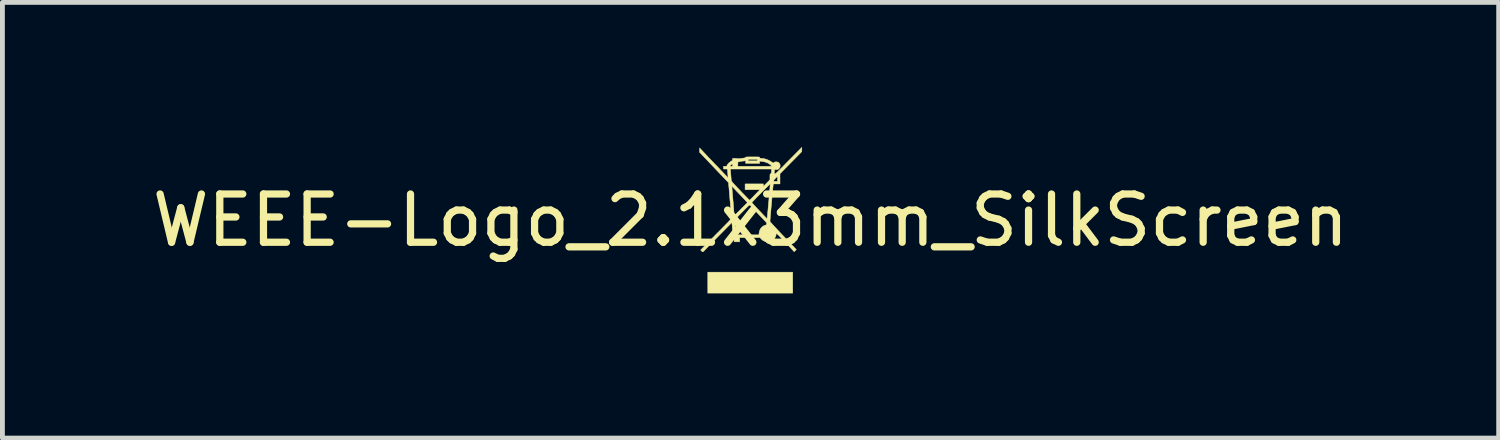
<source format=kicad_pcb>
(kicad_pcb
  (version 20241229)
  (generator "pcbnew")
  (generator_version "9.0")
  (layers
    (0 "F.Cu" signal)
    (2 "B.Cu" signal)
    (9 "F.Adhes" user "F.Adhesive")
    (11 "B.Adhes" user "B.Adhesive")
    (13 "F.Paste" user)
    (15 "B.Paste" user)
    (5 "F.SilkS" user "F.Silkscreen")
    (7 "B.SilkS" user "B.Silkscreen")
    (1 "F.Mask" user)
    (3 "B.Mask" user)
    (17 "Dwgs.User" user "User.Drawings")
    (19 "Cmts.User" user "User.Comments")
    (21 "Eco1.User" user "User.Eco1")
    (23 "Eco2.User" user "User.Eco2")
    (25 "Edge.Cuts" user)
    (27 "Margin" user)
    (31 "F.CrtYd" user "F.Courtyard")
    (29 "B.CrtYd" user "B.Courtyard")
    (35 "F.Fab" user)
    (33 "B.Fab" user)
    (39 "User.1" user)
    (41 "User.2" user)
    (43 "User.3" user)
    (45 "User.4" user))
  (footprint "WEEE-Logo_2.1x3mm_SilkScreen"
    (layer "F.Cu")
    (at 12.506 1.516)
    (property "Reference" "WEEE-Logo_2.1x3mm_SilkScreen" (at 0 0 0) (layer "F.SilkS") (effects (font (size 1 1) (thickness 0.15))))
    (attr exclude_from_pos_files exclude_from_bom)
    (fp_poly (pts (xy 0.874 1.509) (xy -0.886 1.509) (xy -0.886 1.075) (xy 0.874 1.075) (xy 0.874 1.509)) (stroke (width 0.01) (type solid)) (fill yes) (layer "F.SilkS"))
    (fp_poly (pts (xy 1.062 -1.468) (xy 1.062 -1.424) (xy 0.836 -1.195) (xy 0.61 -0.965) (xy 0.61 -0.86) (xy 0.61 -0.754) (xy 0.472 -0.754) (xy 0.469 -0.728) (xy 0.467 -0.716) (xy 0.465 -0.693) (xy 0.462 -0.66) (xy 0.458 -0.62) (xy 0.454 -0.573) (xy 0.449 -0.521) (xy 0.444 -0.464) (xy 0.439 -0.406) (xy 0.434 -0.346) (xy 0.428 -0.286) (xy 0.423 -0.228) (xy 0.419 -0.173) (xy 0.414 -0.122) (xy 0.41 -0.076) (xy 0.407 -0.038) (xy 0.405 -0.008) (xy 0.403 0.012) (xy 0.403 0.021) (xy 0.403 0.021) (xy 0.406 0.028) (xy 0.418 0.043) (xy 0.437 0.066) (xy 0.465 0.096) (xy 0.501 0.135) (xy 0.545 0.182) (xy 0.597 0.238) (xy 0.658 0.303) (xy 0.676 0.321) (xy 0.949 0.607) (xy 0.904 0.651) (xy 0.869 0.612) (xy 0.856 0.598) (xy 0.835 0.576) (xy 0.809 0.548) (xy 0.778 0.515) (xy 0.744 0.479) (xy 0.707 0.441) (xy 0.685 0.418) (xy 0.645 0.376) (xy 0.612 0.341) (xy 0.586 0.315) (xy 0.566 0.296) (xy 0.551 0.284) (xy 0.541 0.277) (xy 0.535 0.276) (xy 0.531 0.28) (xy 0.529 0.288) (xy 0.529 0.299) (xy 0.529 0.302) (xy 0.524 0.324) (xy 0.512 0.349) (xy 0.496 0.376) (xy 0.478 0.398) (xy 0.47 0.405) (xy 0.432 0.43) (xy 0.388 0.443) (xy 0.349 0.446) (xy 0.305 0.44) (xy 0.264 0.422) (xy 0.228 0.393) (xy 0.221 0.386) (xy 0.196 0.358) (xy -0.226 0.358) (xy -0.226 0.446) (xy -0.34 0.446) (xy -0.34 0.405) (xy -0.341 0.377) (xy -0.346 0.358) (xy -0.351 0.347) (xy -0.356 0.34) (xy -0.359 0.329) (xy -0.362 0.312) (xy -0.365 0.29) (xy -0.369 0.259) (xy -0.372 0.218) (xy -0.375 0.187) (xy -0.386 0.045) (xy -0.657 0.319) (xy -0.706 0.369) (xy -0.753 0.417) (xy -0.797 0.462) (xy -0.838 0.503) (xy -0.874 0.54) (xy -0.904 0.571) (xy -0.929 0.596) (xy -0.946 0.614) (xy -0.955 0.624) (xy -0.97 0.639) (xy -0.983 0.65) (xy -0.99 0.654) (xy -0.999 0.65) (xy -1.011 0.639) (xy -1.016 0.635) (xy -1.034 0.616) (xy -0.933 0.514) (xy -0.908 0.488) (xy -0.875 0.454) (xy -0.836 0.415) (xy -0.792 0.371) (xy -0.746 0.324) (xy -0.698 0.275) (xy -0.649 0.227) (xy -0.615 0.192) (xy -0.562 0.138) (xy -0.518 0.093) (xy -0.481 0.056) (xy -0.452 0.025) (xy -0.43 0.001) (xy -0.419 -0.012) (xy -0.329 -0.012) (xy -0.318 0.131) (xy -0.315 0.173) (xy -0.312 0.211) (xy -0.309 0.244) (xy -0.306 0.269) (xy -0.304 0.284) (xy -0.304 0.288) (xy -0.3 0.302) (xy 0.174 0.302) (xy 0.177 0.262) (xy 0.187 0.216) (xy 0.207 0.174) (xy 0.236 0.14) (xy 0.273 0.114) (xy 0.315 0.098) (xy 0.329 0.091) (xy 0.335 0.075) (xy 0.336 0.075) (xy 0.336 0.068) (xy 0.335 0.061) (xy 0.332 0.053) (xy 0.324 0.042) (xy 0.312 0.027) (xy 0.294 0.007) (xy 0.269 -0.019) (xy 0.236 -0.053) (xy 0.234 -0.055) (xy 0.199 -0.092) (xy 0.162 -0.131) (xy 0.125 -0.17) (xy 0.091 -0.206) (xy 0.063 -0.236) (xy 0.057 -0.243) (xy 0.032 -0.268) (xy 0.011 -0.29) (xy -0.007 -0.306) (xy -0.018 -0.316) (xy -0.022 -0.318) (xy -0.028 -0.314) (xy -0.041 -0.301) (xy -0.062 -0.282) (xy -0.087 -0.257) (xy -0.118 -0.227) (xy -0.151 -0.193) (xy -0.179 -0.165) (xy -0.329 -0.012) (xy -0.419 -0.012) (xy -0.413 -0.018) (xy -0.403 -0.031) (xy -0.397 -0.04) (xy -0.396 -0.044) (xy -0.396 -0.053) (xy -0.398 -0.074) (xy -0.4 -0.104) (xy -0.403 -0.144) (xy -0.407 -0.191) (xy -0.411 -0.245) (xy -0.416 -0.305) (xy -0.421 -0.369) (xy -0.426 -0.42) (xy -0.45 -0.708) (xy -0.388 -0.708) (xy -0.388 -0.701) (xy -0.386 -0.684) (xy -0.384 -0.656) (xy -0.381 -0.62) (xy -0.378 -0.576) (xy -0.374 -0.526) (xy -0.369 -0.47) (xy -0.364 -0.418) (xy -0.359 -0.358) (xy -0.355 -0.302) (xy -0.35 -0.25) (xy -0.347 -0.205) (xy -0.344 -0.167) (xy -0.341 -0.137) (xy -0.34 -0.118) (xy -0.34 -0.11) (xy -0.339 -0.105) (xy -0.337 -0.104) (xy -0.332 -0.105) (xy -0.323 -0.111) (xy -0.31 -0.123) (xy -0.292 -0.14) (xy -0.267 -0.164) (xy -0.235 -0.195) (xy -0.202 -0.229) (xy -0.064 -0.367) (xy -0.065 -0.368) (xy 0.026 -0.368) (xy 0.031 -0.362) (xy 0.042 -0.349) (xy 0.06 -0.329) (xy 0.083 -0.304) (xy 0.11 -0.275) (xy 0.14 -0.243) (xy 0.172 -0.209) (xy 0.204 -0.176) (xy 0.235 -0.143) (xy 0.264 -0.112) (xy 0.291 -0.085) (xy 0.313 -0.062) (xy 0.33 -0.045) (xy 0.34 -0.035) (xy 0.343 -0.033) (xy 0.344 -0.04) (xy 0.346 -0.057) (xy 0.349 -0.086) (xy 0.353 -0.123) (xy 0.357 -0.168) (xy 0.362 -0.221) (xy 0.367 -0.279) (xy 0.373 -0.342) (xy 0.378 -0.392) (xy 0.383 -0.458) (xy 0.389 -0.52) (xy 0.394 -0.577) (xy 0.398 -0.628) (xy 0.402 -0.671) (xy 0.404 -0.707) (xy 0.406 -0.733) (xy 0.407 -0.748) (xy 0.407 -0.752) (xy 0.402 -0.749) (xy 0.389 -0.737) (xy 0.37 -0.719) (xy 0.346 -0.695) (xy 0.317 -0.666) (xy 0.284 -0.634) (xy 0.25 -0.6) (xy 0.215 -0.564) (xy 0.179 -0.528) (xy 0.145 -0.494) (xy 0.113 -0.461) (xy 0.085 -0.431) (xy 0.061 -0.406) (xy 0.042 -0.387) (xy 0.03 -0.373) (xy 0.026 -0.368) (xy -0.065 -0.368) (xy -0.115 -0.422) (xy -0.141 -0.45) (xy -0.171 -0.481) (xy -0.202 -0.514) (xy -0.234 -0.548) (xy -0.267 -0.582) (xy -0.297 -0.614) (xy -0.325 -0.643) (xy -0.349 -0.668) (xy -0.369 -0.688) (xy -0.382 -0.702) (xy -0.388 -0.708) (xy -0.388 -0.708) (xy -0.45 -0.708) (xy -0.456 -0.78) (xy -0.756 -1.095) (xy -1.056 -1.411) (xy -1.056 -1.455) (xy -1.056 -1.499) (xy -1.007 -1.448) (xy -0.98 -1.419) (xy -0.948 -1.385) (xy -0.912 -1.347) (xy -0.873 -1.305) (xy -0.831 -1.262) (xy -0.788 -1.217) (xy -0.745 -1.171) (xy -0.701 -1.126) (xy -0.659 -1.082) (xy -0.619 -1.04) (xy -0.582 -1.001) (xy -0.548 -0.966) (xy -0.519 -0.936) (xy -0.496 -0.912) (xy -0.479 -0.895) (xy -0.469 -0.885) (xy -0.467 -0.883) (xy -0.467 -0.89) (xy -0.467 -0.906) (xy -0.469 -0.931) (xy -0.471 -0.961) (xy -0.472 -0.974) (xy -0.48 -1.063) (xy -0.421 -1.063) (xy -0.418 -1.048) (xy -0.417 -1.037) (xy -0.415 -1.016) (xy -0.412 -0.988) (xy -0.41 -0.955) (xy -0.409 -0.943) (xy -0.406 -0.908) (xy -0.403 -0.876) (xy -0.401 -0.849) (xy -0.399 -0.831) (xy -0.398 -0.828) (xy -0.397 -0.821) (xy -0.393 -0.813) (xy -0.387 -0.803) (xy -0.377 -0.79) (xy -0.363 -0.773) (xy -0.344 -0.752) (xy -0.319 -0.725) (xy -0.287 -0.691) (xy -0.249 -0.651) (xy -0.209 -0.609) (xy -0.17 -0.568) (xy -0.133 -0.53) (xy -0.1 -0.496) (xy -0.071 -0.467) (xy -0.048 -0.443) (xy -0.031 -0.427) (xy -0.021 -0.418) (xy -0.019 -0.416) (xy -0.013 -0.421) (xy 0.000015 -0.434) (xy 0.019 -0.453) (xy 0.043 -0.477) (xy 0.071 -0.506) (xy 0.091 -0.527) (xy 0.196 -0.635) (xy -0.113 -0.635) (xy -0.113 -0.754) (xy 0.264 -0.754) (xy 0.264 -0.701) (xy 0.333 -0.77) (xy 0.382 -0.819) (xy 0.478 -0.819) (xy 0.479 -0.811) (xy 0.483 -0.807) (xy 0.495 -0.805) (xy 0.515 -0.805) (xy 0.519 -0.805) (xy 0.56 -0.805) (xy 0.56 -0.914) (xy 0.519 -0.874) (xy 0.496 -0.849) (xy 0.482 -0.83) (xy 0.478 -0.819) (xy 0.382 -0.819) (xy 0.402 -0.839) (xy 0.402 -0.901) (xy 0.403 -0.929) (xy 0.403 -0.947) (xy 0.405 -0.957) (xy 0.409 -0.961) (xy 0.415 -0.962) (xy 0.421 -0.963) (xy 0.425 -0.969) (xy 0.429 -0.98) (xy 0.432 -0.999) (xy 0.435 -1.028) (xy 0.435 -1.039) (xy 0.438 -1.063) (xy -0.421 -1.063) (xy -0.48 -1.063) (xy -0.56 -1.063) (xy -0.56 -1.119) (xy -0.526 -1.119) (xy -0.506 -1.12) (xy -0.495 -1.122) (xy -0.494 -1.124) (xy -0.424 -1.124) (xy -0.421 -1.12) (xy -0.408 -1.119) (xy -0.399 -1.119) (xy -0.371 -1.119) (xy -0.265 -1.119) (xy 0.443 -1.119) (xy 0.419 -1.144) (xy 0.382 -1.174) (xy 0.336 -1.197) (xy 0.28 -1.214) (xy 0.225 -1.223) (xy 0.189 -1.227) (xy 0.189 -1.182) (xy -0.101 -1.182) (xy -0.101 -1.234) (xy -0.143 -1.229) (xy -0.173 -1.226) (xy -0.204 -1.221) (xy -0.223 -1.217) (xy -0.261 -1.21) (xy -0.263 -1.164) (xy -0.265 -1.119) (xy -0.371 -1.119) (xy -0.371 -1.144) (xy -0.372 -1.16) (xy -0.374 -1.169) (xy -0.375 -1.169) (xy -0.384 -1.165) (xy -0.398 -1.156) (xy -0.411 -1.144) (xy -0.421 -1.133) (xy -0.421 -1.131) (xy -0.424 -1.124) (xy -0.494 -1.124) (xy -0.49 -1.128) (xy -0.488 -1.135) (xy -0.479 -1.153) (xy -0.463 -1.174) (xy -0.441 -1.195) (xy -0.417 -1.215) (xy -0.401 -1.225) (xy -0.384 -1.236) (xy -0.374 -1.245) (xy -0.371 -1.256) (xy -0.371 -1.262) (xy -0.371 -1.264) (xy -0.05 -1.264) (xy -0.05 -1.232) (xy 0.138 -1.232) (xy 0.138 -1.264) (xy -0.05 -1.264) (xy -0.371 -1.264) (xy -0.371 -1.283) (xy -0.318 -1.283) (xy -0.294 -1.282) (xy -0.275 -1.28) (xy -0.264 -1.278) (xy -0.263 -1.277) (xy -0.256 -1.276) (xy -0.24 -1.276) (xy -0.217 -1.279) (xy -0.201 -1.281) (xy -0.173 -1.285) (xy -0.146 -1.289) (xy -0.127 -1.292) (xy -0.121 -1.293) (xy -0.106 -1.298) (xy -0.101 -1.305) (xy -0.099 -1.308) (xy -0.093 -1.31) (xy -0.082 -1.312) (xy -0.063 -1.313) (xy -0.036 -1.314) (xy 0.001 -1.314) (xy 0.044 -1.314) (xy 0.09 -1.314) (xy 0.125 -1.314) (xy 0.151 -1.313) (xy 0.169 -1.312) (xy 0.18 -1.311) (xy 0.186 -1.309) (xy 0.188 -1.306) (xy 0.189 -1.302) (xy 0.192 -1.291) (xy 0.205 -1.285) (xy 0.228 -1.283) (xy 0.232 -1.283) (xy 0.271 -1.279) (xy 0.315 -1.268) (xy 0.361 -1.251) (xy 0.403 -1.23) (xy 0.439 -1.207) (xy 0.444 -1.203) (xy 0.459 -1.192) (xy 0.468 -1.187) (xy 0.475 -1.188) (xy 0.481 -1.195) (xy 0.5 -1.207) (xy 0.525 -1.212) (xy 0.552 -1.209) (xy 0.577 -1.2) (xy 0.596 -1.184) (xy 0.597 -1.182) (xy 0.611 -1.153) (xy 0.614 -1.122) (xy 0.605 -1.093) (xy 0.586 -1.067) (xy 0.583 -1.065) (xy 0.569 -1.055) (xy 0.555 -1.051) (xy 0.535 -1.051) (xy 0.53 -1.051) (xy 0.511 -1.052) (xy 0.501 -1.05) (xy 0.497 -1.045) (xy 0.497 -1.041) (xy 0.496 -1.027) (xy 0.494 -1.007) (xy 0.493 -0.995) (xy 0.491 -0.976) (xy 0.491 -0.966) (xy 0.496 -0.962) (xy 0.505 -0.962) (xy 0.51 -0.964) (xy 0.518 -0.969) (xy 0.53 -0.978) (xy 0.546 -0.992) (xy 0.567 -1.012) (xy 0.593 -1.037) (xy 0.625 -1.069) (xy 0.665 -1.108) (xy 0.711 -1.155) (xy 0.765 -1.21) (xy 0.792 -1.237) (xy 1.063 -1.511) (xy 1.062 -1.468)) (stroke (width 0.01) (type solid)) (fill yes) (layer "F.SilkS")))
  (gr_rect
    (start -3 -3)
    (end 28.012 6.03)
    (stroke (width 0.1) (type default))
    (fill no)
    (layer "Edge.Cuts")))
</source>
